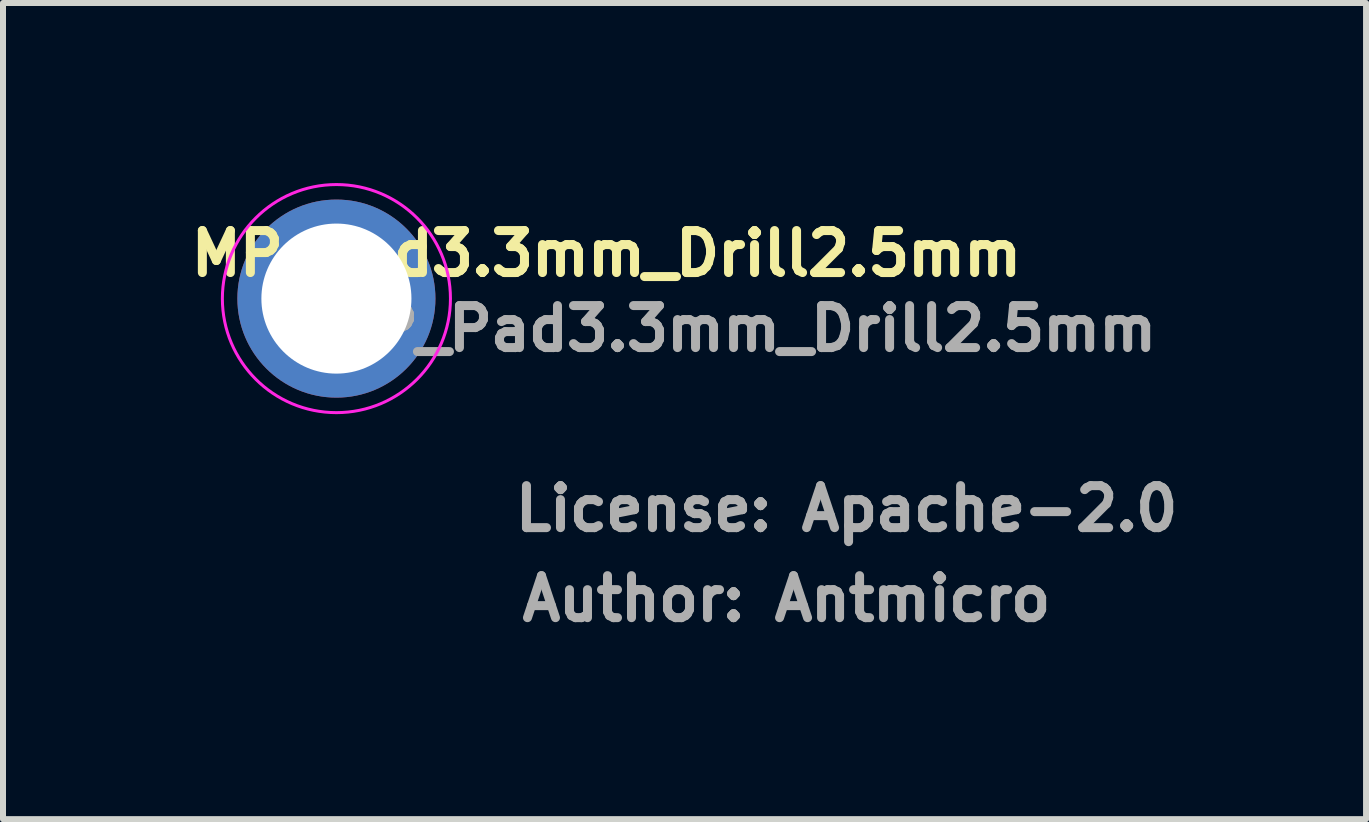
<source format=kicad_pcb>
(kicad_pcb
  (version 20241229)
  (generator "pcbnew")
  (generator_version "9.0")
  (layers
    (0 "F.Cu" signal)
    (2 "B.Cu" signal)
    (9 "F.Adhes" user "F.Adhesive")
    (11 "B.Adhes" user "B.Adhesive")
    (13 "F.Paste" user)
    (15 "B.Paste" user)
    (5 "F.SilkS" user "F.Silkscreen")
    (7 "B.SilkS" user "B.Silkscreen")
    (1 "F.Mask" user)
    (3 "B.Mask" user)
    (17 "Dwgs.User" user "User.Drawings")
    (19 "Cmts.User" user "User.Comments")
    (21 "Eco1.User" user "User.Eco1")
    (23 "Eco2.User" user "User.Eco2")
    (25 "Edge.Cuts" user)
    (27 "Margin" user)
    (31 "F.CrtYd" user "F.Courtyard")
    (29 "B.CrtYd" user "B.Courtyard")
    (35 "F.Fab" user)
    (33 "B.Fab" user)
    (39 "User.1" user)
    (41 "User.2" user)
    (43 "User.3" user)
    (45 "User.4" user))
  (footprint "MP_Pad3.3mm_Drill2.5mm"
    (layer "F.Cu")
    (at 2.555 1.925)
    (property "Reference" "MP_Pad3.3mm_Drill2.5mm" (at 4.5 -0.75 0) (unlocked yes) (layer "F.SilkS") (effects (font (size 0.7 0.7) (thickness 0.15))))
    (attr exclude_from_pos_files exclude_from_bom)
    (fp_circle (center 0 0) (end 1.9 0) (stroke (width 0.05) (type default)) (fill no) (layer "F.CrtYd"))
    (fp_text user "License: Apache-2.0" (at 8.5 3.5 0) (layer "F.Fab") (effects (font (size 0.7 0.7) (thickness 0.15))))
    (fp_text user "${REFERENCE}" (at 6.75 0.5 0) (unlocked yes) (layer "F.Fab") (effects (font (size 0.7 0.7) (thickness 0.15))))
    (fp_text user "Author: Antmicro" (at 7.5 5 0) (layer "F.Fab") (effects (font (size 0.7 0.7) (thickness 0.15))))
    (pad "1" thru_hole circle (at 0 0) (size 3.3 3.3) (drill 2.5) (layers "*.Cu" "*.Mask")))
  (gr_rect
    (start -3 -3)
    (end 19.71 10.598)
    (stroke (width 0.1) (type default))
    (fill no)
    (layer "Edge.Cuts")))
</source>
